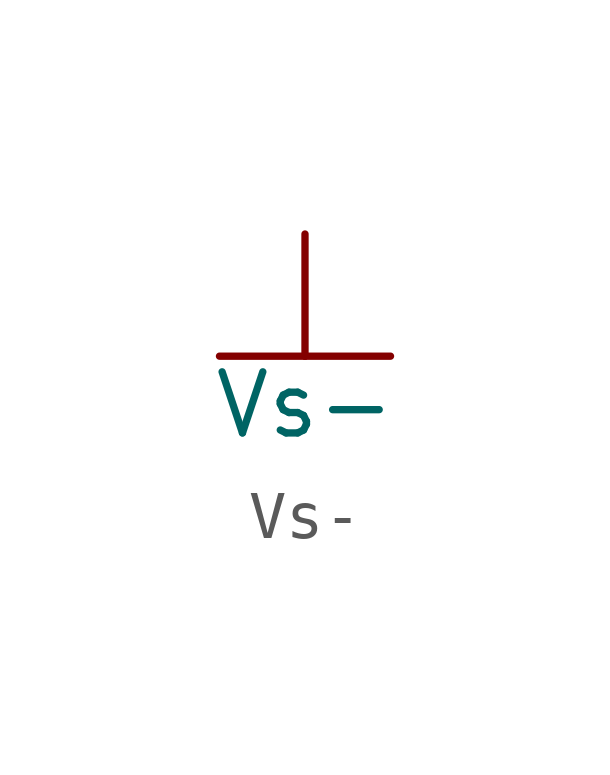
<source format=kicad_sym>
(kicad_symbol_lib
  (version 20220914)
  (generator kicad_symbol_editor)
  (symbol "Vs-"
    (power)
    (pin_numbers hide)
    (pin_names
      (offset 0) hide)
    (property "Reference" "#PWR"
      (at 0 -7.112 0)
      (effects (font (size 1.27 1.27)) hide))
    (property "Value" "Vs-"
      (at 0 -3.556 0)
      (effects (font (size 1.27 1.27))))
    (property "Footprint" ""
      (at 0 0 0)
      (effects (font (size 1.524 1.524))))
    (property "Datasheet" ""
      (at 0 0 0)
      (effects (font (size 1.524 1.524))))
    (symbol "Vs-_0_1"
      (polyline (pts (xy -1.778 -2.54) (xy 0 -2.54)) (stroke (width 0) (type default)) (fill (type none)))
      (polyline (pts (xy 0 -2.54) (xy 0 0)) (stroke (width 0) (type default)) (fill (type none)))
      (polyline (pts (xy 0 -2.54) (xy 1.778 -2.54)) (stroke (width 0) (type default)) (fill (type none))))
    (symbol "Vs-_1_1"
      (pin power_in line (at 0 0 270) (length 0) hide (name "Vs-" (effects (font (size 1.27 1.27)))) (number "1" (effects (font (size 1.27 1.27))))))))
</source>
